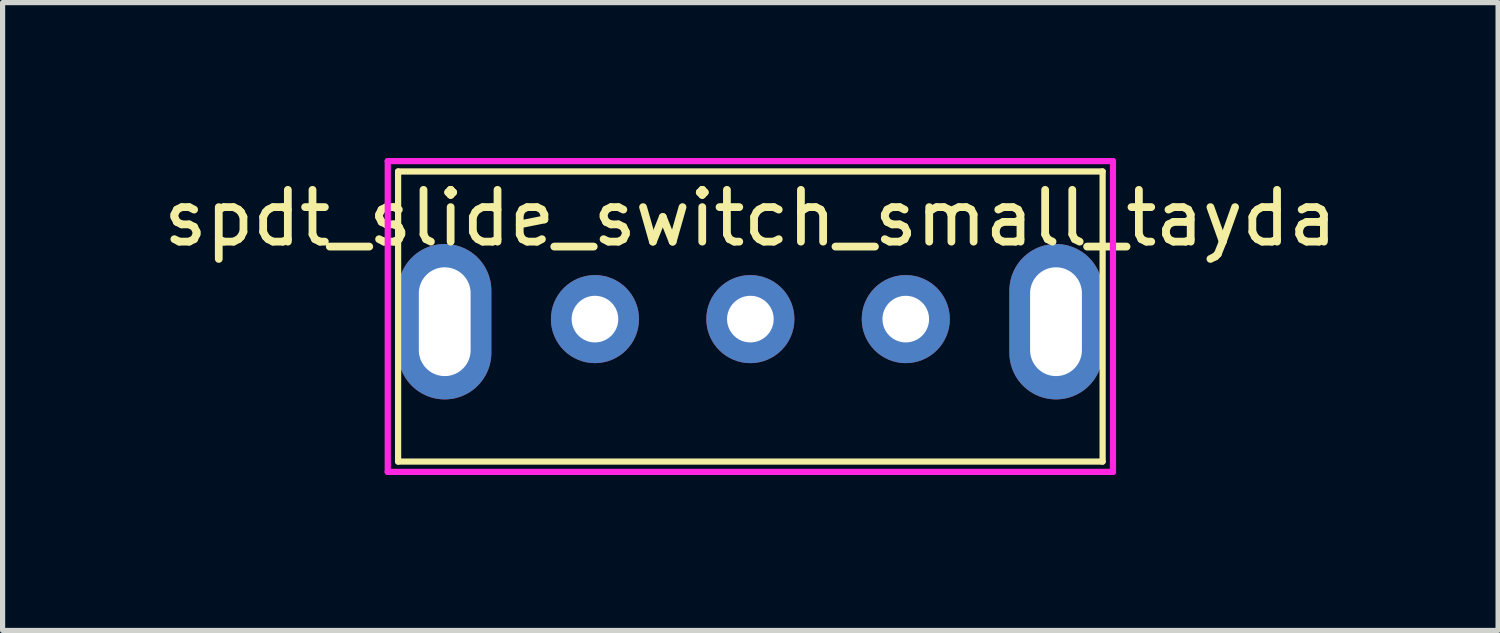
<source format=kicad_pcb>
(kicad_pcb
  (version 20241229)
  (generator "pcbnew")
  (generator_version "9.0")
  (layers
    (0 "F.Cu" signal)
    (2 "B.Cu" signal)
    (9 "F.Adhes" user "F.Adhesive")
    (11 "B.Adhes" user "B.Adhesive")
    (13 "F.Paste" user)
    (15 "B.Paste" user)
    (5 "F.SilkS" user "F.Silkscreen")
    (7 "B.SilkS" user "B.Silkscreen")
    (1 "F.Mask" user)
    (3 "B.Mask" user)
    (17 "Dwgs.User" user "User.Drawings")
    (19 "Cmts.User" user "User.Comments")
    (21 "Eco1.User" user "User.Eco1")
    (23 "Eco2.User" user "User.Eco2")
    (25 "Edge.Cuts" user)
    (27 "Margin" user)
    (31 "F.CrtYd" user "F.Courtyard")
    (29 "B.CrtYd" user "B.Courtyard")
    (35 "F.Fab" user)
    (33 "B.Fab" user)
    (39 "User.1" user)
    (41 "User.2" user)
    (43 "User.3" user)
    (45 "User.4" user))
  (footprint "spdt_slide_switch_small_tayda"
    (layer "F.Cu")
    (at 11.385 3.01)
    (property "Reference" "spdt_slide_switch_small_tayda" (at 0.05 -1.85 0) (layer "F.SilkS") (effects (font (size 1 1) (thickness 0.15))))
    (attr through_hole)
    (fp_line (start -6.75 -2.75) (end 6.85 -2.75) (stroke (width 0.12) (type solid)) (layer "F.SilkS"))
    (fp_line (start -6.75 2.85) (end -6.75 -2.75) (stroke (width 0.12) (type solid)) (layer "F.SilkS"))
    (fp_line (start 6.85 -2.75) (end 6.85 2.85) (stroke (width 0.12) (type solid)) (layer "F.SilkS"))
    (fp_line (start 6.85 2.85) (end -6.75 2.85) (stroke (width 0.12) (type solid)) (layer "F.SilkS"))
    (fp_line (start -6.95 -2.95) (end 7.05 -2.95) (stroke (width 0.12) (type solid)) (layer "F.CrtYd"))
    (fp_line (start -6.95 3.05) (end -6.95 -2.95) (stroke (width 0.12) (type solid)) (layer "F.CrtYd"))
    (fp_line (start 7.05 -2.95) (end 7.05 3.05) (stroke (width 0.12) (type solid)) (layer "F.CrtYd"))
    (fp_line (start 7.05 3.05) (end -6.95 3.05) (stroke (width 0.12) (type solid)) (layer "F.CrtYd"))
    (pad "" thru_hole oval (at -5.85 0.15) (size 1.8 3) (drill oval 1 2.1) (layers "*.Cu" "*.Mask"))
    (pad "" thru_hole oval (at 5.95 0.15) (size 1.8 3) (drill oval 1 2.1) (layers "*.Cu" "*.Mask"))
    (pad "1" thru_hole circle (at -2.95 0.1) (size 1.7 1.7) (drill 0.9) (layers "*.Cu" "*.Mask"))
    (pad "2" thru_hole circle (at 0.05 0.1) (size 1.7 1.7) (drill 0.9) (layers "*.Cu" "*.Mask"))
    (pad "3" thru_hole circle (at 3.05 0.1) (size 1.7 1.7) (drill 0.9) (layers "*.Cu" "*.Mask")))
  (gr_rect
    (start -3 -3)
    (end 25.869 9.12)
    (stroke (width 0.1) (type default))
    (fill no)
    (layer "Edge.Cuts")))
</source>
